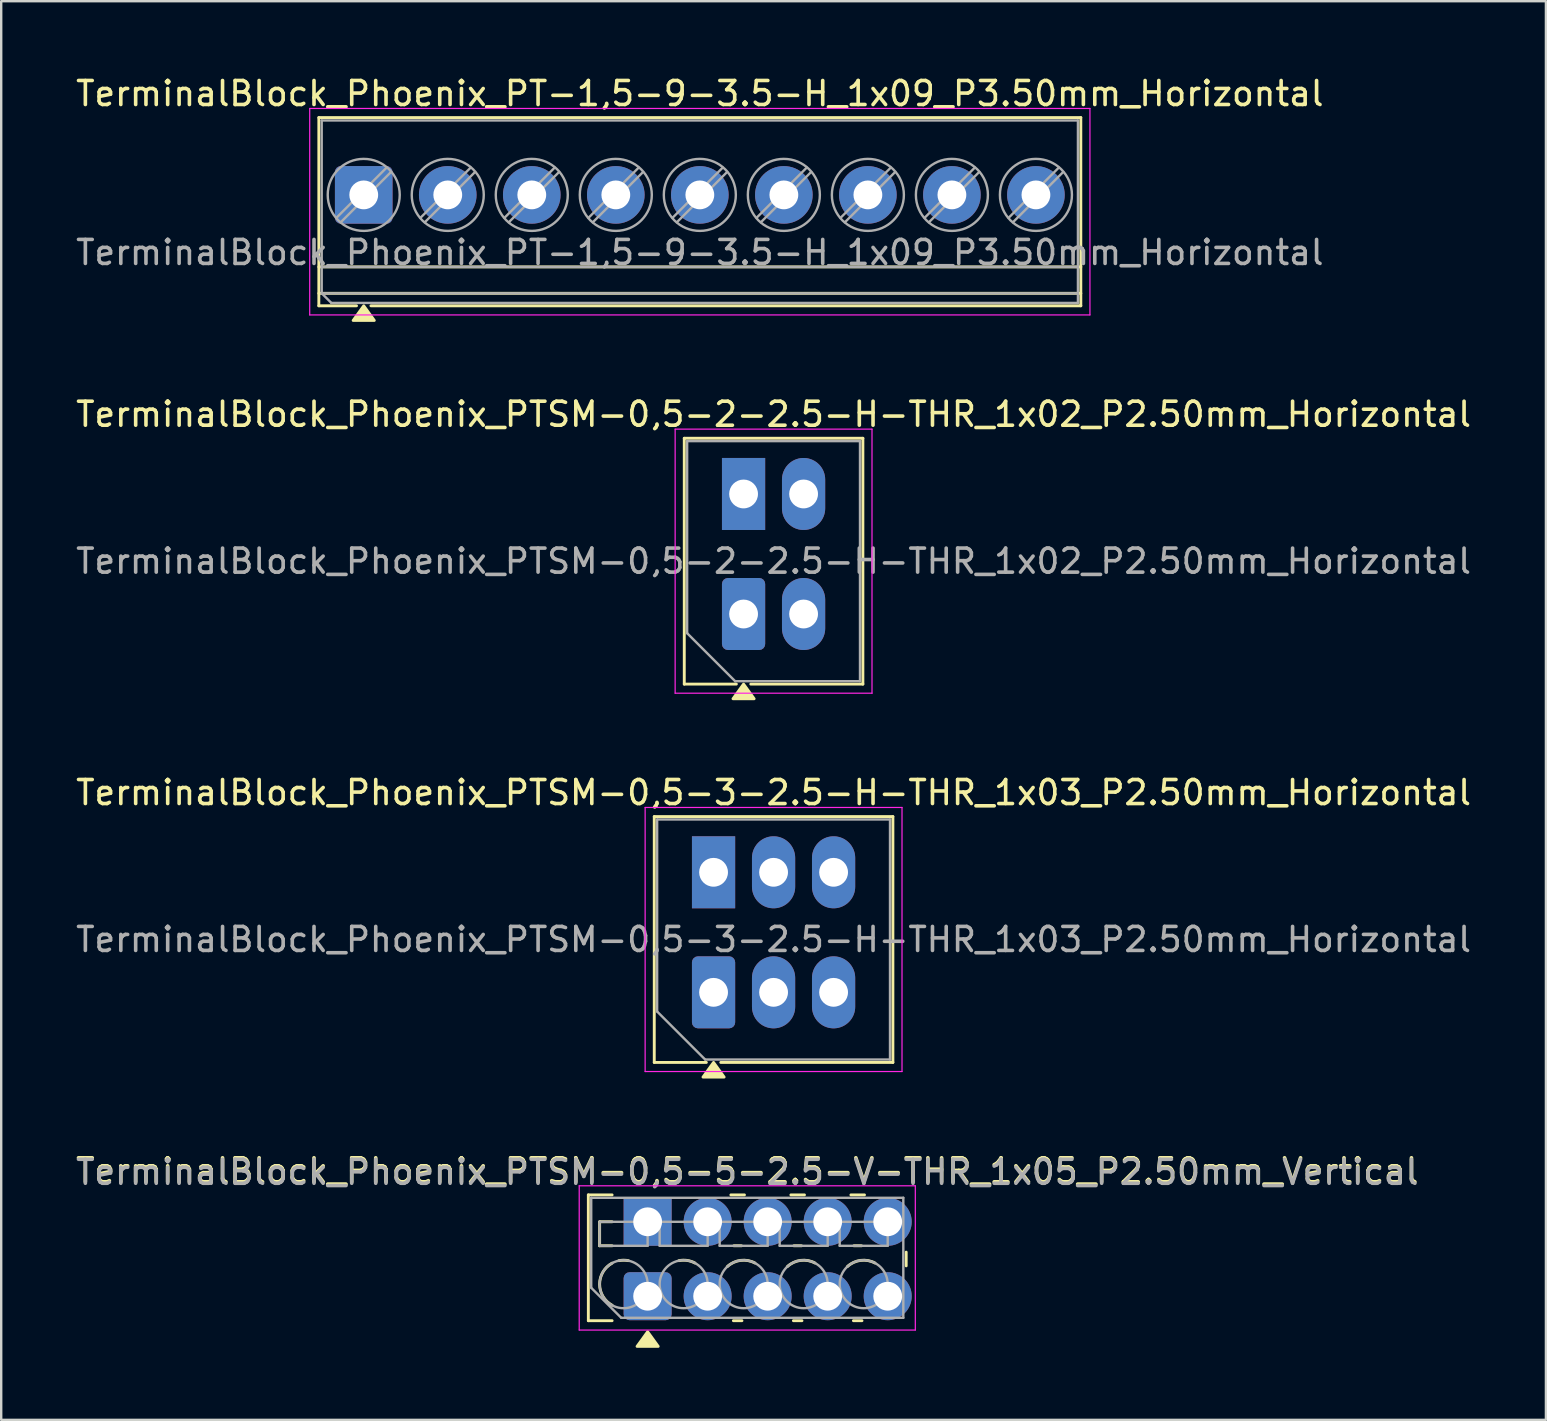
<source format=kicad_pcb>
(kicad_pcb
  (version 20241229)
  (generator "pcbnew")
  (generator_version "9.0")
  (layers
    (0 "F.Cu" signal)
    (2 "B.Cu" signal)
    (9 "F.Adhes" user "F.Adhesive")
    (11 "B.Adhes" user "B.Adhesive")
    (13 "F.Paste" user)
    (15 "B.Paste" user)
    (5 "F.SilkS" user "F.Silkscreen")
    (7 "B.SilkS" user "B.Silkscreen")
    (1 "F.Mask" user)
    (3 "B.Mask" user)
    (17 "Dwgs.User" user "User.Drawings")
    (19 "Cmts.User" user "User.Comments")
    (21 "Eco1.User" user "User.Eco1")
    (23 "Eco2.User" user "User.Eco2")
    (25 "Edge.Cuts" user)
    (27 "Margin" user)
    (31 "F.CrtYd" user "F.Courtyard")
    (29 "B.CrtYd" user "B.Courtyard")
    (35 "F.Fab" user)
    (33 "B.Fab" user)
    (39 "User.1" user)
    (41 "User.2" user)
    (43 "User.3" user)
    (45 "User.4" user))
  (footprint "TerminalBlock_Phoenix_PTSM-0,5-3-2.5-H-THR_1x03_P2.50mm_Horizontal"
    (layer "F.Cu")
    (at 26.673 38.285)
    (property "Reference" "TerminalBlock_Phoenix_PTSM-0,5-3-2.5-H-THR_1x03_P2.50mm_Horizontal" (at 2.5 -8.32 0) (layer "F.SilkS") (effects (font (size 1 1) (thickness 0.15))))
    (attr through_hole)
    (fp_line (start -2.47 -7.32) (end -2.47 2.92) (stroke (width 0.12) (type solid)) (layer "F.SilkS"))
    (fp_line (start -2.47 -7.32) (end 7.47 -7.32) (stroke (width 0.12) (type solid)) (layer "F.SilkS"))
    (fp_line (start -2.47 2.92) (end -0.3 2.92) (stroke (width 0.12) (type solid)) (layer "F.SilkS"))
    (fp_line (start 0.3 2.92) (end 7.47 2.92) (stroke (width 0.12) (type solid)) (layer "F.SilkS"))
    (fp_line (start 7.47 -7.32) (end 7.47 2.92) (stroke (width 0.12) (type solid)) (layer "F.SilkS"))
    (fp_poly (pts (xy 0 2.92) (xy 0.44 3.53) (xy -0.44 3.53)) (stroke (width 0.12) (type solid)) (fill yes) (layer "F.SilkS"))
    (fp_line (start -2.85 -7.7) (end -2.85 3.3) (stroke (width 0.05) (type solid)) (layer "F.CrtYd"))
    (fp_line (start -2.85 3.3) (end 7.85 3.3) (stroke (width 0.05) (type solid)) (layer "F.CrtYd"))
    (fp_line (start 7.85 -7.7) (end -2.85 -7.7) (stroke (width 0.05) (type solid)) (layer "F.CrtYd"))
    (fp_line (start 7.85 3.3) (end 7.85 -7.7) (stroke (width 0.05) (type solid)) (layer "F.CrtYd"))
    (fp_line (start -2.35 -7.2) (end 7.35 -7.2) (stroke (width 0.1) (type solid)) (layer "F.Fab"))
    (fp_line (start -2.35 0.8) (end -2.35 -7.2) (stroke (width 0.1) (type solid)) (layer "F.Fab"))
    (fp_line (start -0.35 2.8) (end -2.35 0.8) (stroke (width 0.1) (type solid)) (layer "F.Fab"))
    (fp_line (start 7.35 -7.2) (end 7.35 2.8) (stroke (width 0.1) (type solid)) (layer "F.Fab"))
    (fp_line (start 7.35 2.8) (end -0.35 2.8) (stroke (width 0.1) (type solid)) (layer "F.Fab"))
    (fp_text user "${REFERENCE}" (at 2.5 -2.2 0) (layer "F.Fab") (effects (font (size 1 1) (thickness 0.15))))
    (pad "1" thru_hole rect (at 0 -5) (size 1.8 3) (drill 1.2) (layers "*.Cu" "*.Mask"))
    (pad "1" thru_hole roundrect (at 0 0) (size 1.8 3) (drill 1.2) (layers "*.Cu" "*.Mask") (roundrect_rratio 0.139))
    (pad "2" thru_hole oval (at 2.5 -5) (size 1.8 3) (drill 1.2) (layers "*.Cu" "*.Mask"))
    (pad "2" thru_hole oval (at 2.5 0) (size 1.8 3) (drill 1.2) (layers "*.Cu" "*.Mask"))
    (pad "3" thru_hole oval (at 5 -5) (size 1.8 3) (drill 1.2) (layers "*.Cu" "*.Mask"))
    (pad "3" thru_hole oval (at 5 0) (size 1.8 3) (drill 1.2) (layers "*.Cu" "*.Mask")))
  (footprint "TerminalBlock_Phoenix_PTSM-0,5-5-2.5-V-THR_1x05_P2.50mm_Vertical"
    (layer "F.Cu")
    (at 23.927 50.943)
    (property "Reference" "TerminalBlock_Phoenix_PTSM-0,5-5-2.5-V-THR_1x05_P2.50mm_Vertical" (at 4.15 -5.22 0) (layer "F.SilkS") (effects (font (size 1 1) (thickness 0.15))))
    (attr through_hole)
    (fp_line (start -2.47 -4.22) (end -2.47 1.02) (stroke (width 0.12) (type solid)) (layer "F.SilkS"))
    (fp_line (start -2.47 -4.22) (end -1.48 -4.22) (stroke (width 0.12) (type solid)) (layer "F.SilkS"))
    (fp_line (start -2.47 1.02) (end -1.48 1.02) (stroke (width 0.12) (type solid)) (layer "F.SilkS"))
    (fp_line (start -2 -3.1) (end -2 -2.1) (stroke (width 0.12) (type solid)) (layer "F.SilkS"))
    (fp_line (start -2 -3.1) (end -1.48 -3.1) (stroke (width 0.12) (type solid)) (layer "F.SilkS"))
    (fp_line (start -2 -2.1) (end -1.48 -2.1) (stroke (width 0.12) (type solid)) (layer "F.SilkS"))
    (fp_line (start 3.467 -4.22) (end 4.033 -4.22) (stroke (width 0.12) (type solid)) (layer "F.SilkS"))
    (fp_line (start 3.572 1.02) (end 3.928 1.02) (stroke (width 0.12) (type solid)) (layer "F.SilkS"))
    (fp_line (start 3.591 -2.1) (end 3.909 -2.1) (stroke (width 0.12) (type solid)) (layer "F.SilkS"))
    (fp_line (start 5.967 -4.22) (end 6.533 -4.22) (stroke (width 0.12) (type solid)) (layer "F.SilkS"))
    (fp_line (start 6.072 1.02) (end 6.428 1.02) (stroke (width 0.12) (type solid)) (layer "F.SilkS"))
    (fp_line (start 6.091 -2.1) (end 6.409 -2.1) (stroke (width 0.12) (type solid)) (layer "F.SilkS"))
    (fp_line (start 8.467 -4.22) (end 9.033 -4.22) (stroke (width 0.12) (type solid)) (layer "F.SilkS"))
    (fp_line (start 8.572 1.02) (end 8.928 1.02) (stroke (width 0.12) (type solid)) (layer "F.SilkS"))
    (fp_line (start 8.591 -2.1) (end 8.909 -2.1) (stroke (width 0.12) (type solid)) (layer "F.SilkS"))
    (fp_line (start 10.77 -1.836) (end 10.77 -1.264) (stroke (width 0.12) (type solid)) (layer "F.SilkS"))
    (fp_arc (start -1.48 0.377) (mid -2 -0.5) (end -1.48 -1.377) (stroke (width 0.12) (type solid)) (layer "F.SilkS"))
    (fp_arc (start -1.199 -1.48) (mid -1 -1.5) (end -0.801 -1.48) (stroke (width 0.12) (type solid)) (layer "F.SilkS"))
    (fp_arc (start 1.301 -1.48) (mid 1.644617 -1.48991) (end 1.971 -1.382) (stroke (width 0.12) (type solid)) (layer "F.SilkS"))
    (fp_arc (start 3.319 -1.233) (mid 3.871134 -1.492017) (end 4.471 -1.382) (stroke (width 0.12) (type solid)) (layer "F.SilkS"))
    (fp_arc (start 5.819 -1.233) (mid 6.371134 -1.492017) (end 6.971 -1.382) (stroke (width 0.12) (type solid)) (layer "F.SilkS"))
    (fp_arc (start 8.319 -1.233) (mid 8.871134 -1.492017) (end 9.471 -1.382) (stroke (width 0.12) (type solid)) (layer "F.SilkS"))
    (fp_poly (pts (xy 0 1.48) (xy 0.44 2.09) (xy -0.44 2.09)) (stroke (width 0.12) (type solid)) (fill yes) (layer "F.SilkS"))
    (fp_line (start -2.85 -4.6) (end -2.85 1.41) (stroke (width 0.05) (type solid)) (layer "F.CrtYd"))
    (fp_line (start -2.85 1.41) (end 11.15 1.41) (stroke (width 0.05) (type solid)) (layer "F.CrtYd"))
    (fp_line (start 11.15 -4.6) (end -2.85 -4.6) (stroke (width 0.05) (type solid)) (layer "F.CrtYd"))
    (fp_line (start 11.15 1.41) (end 11.15 -4.6) (stroke (width 0.05) (type solid)) (layer "F.CrtYd"))
    (fp_line (start -2.35 -4.1) (end 10.65 -4.1) (stroke (width 0.1) (type solid)) (layer "F.Fab"))
    (fp_line (start -2.35 -0.35) (end -2.35 -4.1) (stroke (width 0.1) (type solid)) (layer "F.Fab"))
    (fp_line (start -2 -3.1) (end -2 -2.1) (stroke (width 0.1) (type solid)) (layer "F.Fab"))
    (fp_line (start -2 -2.1) (end 0 -2.1) (stroke (width 0.1) (type solid)) (layer "F.Fab"))
    (fp_line (start -1.1 0.9) (end -2.35 -0.35) (stroke (width 0.1) (type solid)) (layer "F.Fab"))
    (fp_line (start 0 -3.1) (end -2 -3.1) (stroke (width 0.1) (type solid)) (layer "F.Fab"))
    (fp_line (start 0 -2.1) (end 0 -3.1) (stroke (width 0.1) (type solid)) (layer "F.Fab"))
    (fp_line (start 0.5 -3.1) (end 0.5 -2.1) (stroke (width 0.1) (type solid)) (layer "F.Fab"))
    (fp_line (start 0.5 -2.1) (end 2.5 -2.1) (stroke (width 0.1) (type solid)) (layer "F.Fab"))
    (fp_line (start 2.5 -3.1) (end 0.5 -3.1) (stroke (width 0.1) (type solid)) (layer "F.Fab"))
    (fp_line (start 2.5 -2.1) (end 2.5 -3.1) (stroke (width 0.1) (type solid)) (layer "F.Fab"))
    (fp_line (start 3 -3.1) (end 3 -2.1) (stroke (width 0.1) (type solid)) (layer "F.Fab"))
    (fp_line (start 3 -2.1) (end 5 -2.1) (stroke (width 0.1) (type solid)) (layer "F.Fab"))
    (fp_line (start 5 -3.1) (end 3 -3.1) (stroke (width 0.1) (type solid)) (layer "F.Fab"))
    (fp_line (start 5 -2.1) (end 5 -3.1) (stroke (width 0.1) (type solid)) (layer "F.Fab"))
    (fp_line (start 5.5 -3.1) (end 5.5 -2.1) (stroke (width 0.1) (type solid)) (layer "F.Fab"))
    (fp_line (start 5.5 -2.1) (end 7.5 -2.1) (stroke (width 0.1) (type solid)) (layer "F.Fab"))
    (fp_line (start 7.5 -3.1) (end 5.5 -3.1) (stroke (width 0.1) (type solid)) (layer "F.Fab"))
    (fp_line (start 7.5 -2.1) (end 7.5 -3.1) (stroke (width 0.1) (type solid)) (layer "F.Fab"))
    (fp_line (start 8 -3.1) (end 8 -2.1) (stroke (width 0.1) (type solid)) (layer "F.Fab"))
    (fp_line (start 8 -2.1) (end 10 -2.1) (stroke (width 0.1) (type solid)) (layer "F.Fab"))
    (fp_line (start 10 -3.1) (end 8 -3.1) (stroke (width 0.1) (type solid)) (layer "F.Fab"))
    (fp_line (start 10 -2.1) (end 10 -3.1) (stroke (width 0.1) (type solid)) (layer "F.Fab"))
    (fp_line (start 10.65 -4.1) (end 10.65 0.9) (stroke (width 0.1) (type solid)) (layer "F.Fab"))
    (fp_line (start 10.65 0.9) (end -1.1 0.9) (stroke (width 0.1) (type solid)) (layer "F.Fab"))
    (fp_circle (center -1 -0.5) (end 0 -0.5) (stroke (width 0.1) (type solid)) (fill no) (layer "F.Fab"))
    (fp_circle (center 1.5 -0.5) (end 2.5 -0.5) (stroke (width 0.1) (type solid)) (fill no) (layer "F.Fab"))
    (fp_circle (center 4 -0.5) (end 5 -0.5) (stroke (width 0.1) (type solid)) (fill no) (layer "F.Fab"))
    (fp_circle (center 6.5 -0.5) (end 7.5 -0.5) (stroke (width 0.1) (type solid)) (fill no) (layer "F.Fab"))
    (fp_circle (center 9 -0.5) (end 10 -0.5) (stroke (width 0.1) (type solid)) (fill no) (layer "F.Fab"))
    (fp_text user "${REFERENCE}" (at 4.15 -5.16 0) (layer "F.Fab") (effects (font (size 1 1) (thickness 0.15))))
    (pad "1" thru_hole rect (at 0 -3.1) (size 2 2) (drill 1.2) (layers "*.Cu" "*.Mask"))
    (pad "1" thru_hole roundrect (at 0 0) (size 2 2) (drill 1.2) (layers "*.Cu" "*.Mask") (roundrect_rratio 0.125))
    (pad "2" thru_hole circle (at 2.5 -3.1) (size 2 2) (drill 1.2) (layers "*.Cu" "*.Mask"))
    (pad "2" thru_hole circle (at 2.5 0) (size 2 2) (drill 1.2) (layers "*.Cu" "*.Mask"))
    (pad "3" thru_hole circle (at 5 -3.1) (size 2 2) (drill 1.2) (layers "*.Cu" "*.Mask"))
    (pad "3" thru_hole circle (at 5 0) (size 2 2) (drill 1.2) (layers "*.Cu" "*.Mask"))
    (pad "4" thru_hole circle (at 7.5 -3.1) (size 2 2) (drill 1.2) (layers "*.Cu" "*.Mask"))
    (pad "4" thru_hole circle (at 7.5 0) (size 2 2) (drill 1.2) (layers "*.Cu" "*.Mask"))
    (pad "5" thru_hole circle (at 10 -3.1) (size 2 2) (drill 1.2) (layers "*.Cu" "*.Mask"))
    (pad "5" thru_hole circle (at 10 0) (size 2 2) (drill 1.2) (layers "*.Cu" "*.Mask")))
  (footprint "TerminalBlock_Phoenix_PTSM-0,5-2-2.5-H-THR_1x02_P2.50mm_Horizontal"
    (layer "F.Cu")
    (at 27.923 22.526)
    (property "Reference" "TerminalBlock_Phoenix_PTSM-0,5-2-2.5-H-THR_1x02_P2.50mm_Horizontal" (at 1.25 -8.32 0) (layer "F.SilkS") (effects (font (size 1 1) (thickness 0.15))))
    (attr through_hole)
    (fp_line (start -2.47 -7.32) (end -2.47 2.92) (stroke (width 0.12) (type solid)) (layer "F.SilkS"))
    (fp_line (start -2.47 -7.32) (end 4.97 -7.32) (stroke (width 0.12) (type solid)) (layer "F.SilkS"))
    (fp_line (start -2.47 2.92) (end -0.3 2.92) (stroke (width 0.12) (type solid)) (layer "F.SilkS"))
    (fp_line (start 0.3 2.92) (end 4.97 2.92) (stroke (width 0.12) (type solid)) (layer "F.SilkS"))
    (fp_line (start 4.97 -7.32) (end 4.97 2.92) (stroke (width 0.12) (type solid)) (layer "F.SilkS"))
    (fp_poly (pts (xy 0 2.92) (xy 0.44 3.53) (xy -0.44 3.53)) (stroke (width 0.12) (type solid)) (fill yes) (layer "F.SilkS"))
    (fp_line (start -2.85 -7.7) (end -2.85 3.3) (stroke (width 0.05) (type solid)) (layer "F.CrtYd"))
    (fp_line (start -2.85 3.3) (end 5.35 3.3) (stroke (width 0.05) (type solid)) (layer "F.CrtYd"))
    (fp_line (start 5.35 -7.7) (end -2.85 -7.7) (stroke (width 0.05) (type solid)) (layer "F.CrtYd"))
    (fp_line (start 5.35 3.3) (end 5.35 -7.7) (stroke (width 0.05) (type solid)) (layer "F.CrtYd"))
    (fp_line (start -2.35 -7.2) (end 4.85 -7.2) (stroke (width 0.1) (type solid)) (layer "F.Fab"))
    (fp_line (start -2.35 0.8) (end -2.35 -7.2) (stroke (width 0.1) (type solid)) (layer "F.Fab"))
    (fp_line (start -0.35 2.8) (end -2.35 0.8) (stroke (width 0.1) (type solid)) (layer "F.Fab"))
    (fp_line (start 4.85 -7.2) (end 4.85 2.8) (stroke (width 0.1) (type solid)) (layer "F.Fab"))
    (fp_line (start 4.85 2.8) (end -0.35 2.8) (stroke (width 0.1) (type solid)) (layer "F.Fab"))
    (fp_text user "${REFERENCE}" (at 1.25 -2.2 0) (layer "F.Fab") (effects (font (size 1 1) (thickness 0.15))))
    (pad "1" thru_hole rect (at 0 -5) (size 1.8 3) (drill 1.2) (layers "*.Cu" "*.Mask"))
    (pad "1" thru_hole roundrect (at 0 0) (size 1.8 3) (drill 1.2) (layers "*.Cu" "*.Mask") (roundrect_rratio 0.139))
    (pad "2" thru_hole oval (at 2.5 -5) (size 1.8 3) (drill 1.2) (layers "*.Cu" "*.Mask"))
    (pad "2" thru_hole oval (at 2.5 0) (size 1.8 3) (drill 1.2) (layers "*.Cu" "*.Mask")))
  (footprint "TerminalBlock_Phoenix_PT-1,5-9-3.5-H_1x09_P3.50mm_Horizontal"
    (layer "F.Cu")
    (at 12.101 5.068)
    (property "Reference" "TerminalBlock_Phoenix_PT-1,5-9-3.5-H_1x09_P3.50mm_Horizontal" (at 14 -4.22 0) (layer "F.SilkS") (effects (font (size 1 1) (thickness 0.15))))
    (attr through_hole)
    (fp_line (start -1.87 -3.22) (end -1.87 4.62) (stroke (width 0.12) (type solid)) (layer "F.SilkS"))
    (fp_line (start -1.87 -3.22) (end 29.87 -3.22) (stroke (width 0.12) (type solid)) (layer "F.SilkS"))
    (fp_line (start -1.87 3) (end 29.87 3) (stroke (width 0.12) (type solid)) (layer "F.SilkS"))
    (fp_line (start -1.87 4.1) (end 29.87 4.1) (stroke (width 0.12) (type solid)) (layer "F.SilkS"))
    (fp_line (start -1.87 4.62) (end -0.3 4.62) (stroke (width 0.12) (type solid)) (layer "F.SilkS"))
    (fp_line (start 0.3 4.62) (end 29.87 4.62) (stroke (width 0.12) (type solid)) (layer "F.SilkS"))
    (fp_line (start 29.87 -3.22) (end 29.87 4.62) (stroke (width 0.12) (type solid)) (layer "F.SilkS"))
    (fp_poly (pts (xy 0 4.62) (xy 0.44 5.23) (xy -0.44 5.23)) (stroke (width 0.12) (type solid)) (fill yes) (layer "F.SilkS"))
    (fp_line (start -2.25 -3.6) (end -2.25 5) (stroke (width 0.05) (type solid)) (layer "F.CrtYd"))
    (fp_line (start -2.25 5) (end 30.25 5) (stroke (width 0.05) (type solid)) (layer "F.CrtYd"))
    (fp_line (start 30.25 -3.6) (end -2.25 -3.6) (stroke (width 0.05) (type solid)) (layer "F.CrtYd"))
    (fp_line (start 30.25 5) (end 30.25 -3.6) (stroke (width 0.05) (type solid)) (layer "F.CrtYd"))
    (fp_line (start -1.75 -3.1) (end 29.75 -3.1) (stroke (width 0.1) (type solid)) (layer "F.Fab"))
    (fp_line (start -1.75 3) (end 29.75 3) (stroke (width 0.1) (type solid)) (layer "F.Fab"))
    (fp_line (start -1.75 4.1) (end -1.75 -3.1) (stroke (width 0.1) (type solid)) (layer "F.Fab"))
    (fp_line (start -1.75 4.1) (end 29.75 4.1) (stroke (width 0.1) (type solid)) (layer "F.Fab"))
    (fp_line (start -1.35 4.5) (end -1.75 4.1) (stroke (width 0.1) (type solid)) (layer "F.Fab"))
    (fp_line (start 0.955 -1.138) (end -1.138 0.955) (stroke (width 0.1) (type solid)) (layer "F.Fab"))
    (fp_line (start 1.138 -0.955) (end -0.955 1.138) (stroke (width 0.1) (type solid)) (layer "F.Fab"))
    (fp_line (start 4.455 -1.138) (end 2.362 0.955) (stroke (width 0.1) (type solid)) (layer "F.Fab"))
    (fp_line (start 4.638 -0.955) (end 2.545 1.138) (stroke (width 0.1) (type solid)) (layer "F.Fab"))
    (fp_line (start 7.955 -1.138) (end 5.862 0.955) (stroke (width 0.1) (type solid)) (layer "F.Fab"))
    (fp_line (start 8.138 -0.955) (end 6.045 1.138) (stroke (width 0.1) (type solid)) (layer "F.Fab"))
    (fp_line (start 11.455 -1.138) (end 9.362 0.955) (stroke (width 0.1) (type solid)) (layer "F.Fab"))
    (fp_line (start 11.638 -0.955) (end 9.545 1.138) (stroke (width 0.1) (type solid)) (layer "F.Fab"))
    (fp_line (start 14.955 -1.138) (end 12.862 0.955) (stroke (width 0.1) (type solid)) (layer "F.Fab"))
    (fp_line (start 15.138 -0.955) (end 13.045 1.138) (stroke (width 0.1) (type solid)) (layer "F.Fab"))
    (fp_line (start 18.455 -1.138) (end 16.362 0.955) (stroke (width 0.1) (type solid)) (layer "F.Fab"))
    (fp_line (start 18.638 -0.955) (end 16.545 1.138) (stroke (width 0.1) (type solid)) (layer "F.Fab"))
    (fp_line (start 21.955 -1.138) (end 19.862 0.955) (stroke (width 0.1) (type solid)) (layer "F.Fab"))
    (fp_line (start 22.138 -0.955) (end 20.045 1.138) (stroke (width 0.1) (type solid)) (layer "F.Fab"))
    (fp_line (start 25.455 -1.138) (end 23.362 0.955) (stroke (width 0.1) (type solid)) (layer "F.Fab"))
    (fp_line (start 25.638 -0.955) (end 23.545 1.138) (stroke (width 0.1) (type solid)) (layer "F.Fab"))
    (fp_line (start 28.955 -1.138) (end 26.862 0.955) (stroke (width 0.1) (type solid)) (layer "F.Fab"))
    (fp_line (start 29.138 -0.955) (end 27.045 1.138) (stroke (width 0.1) (type solid)) (layer "F.Fab"))
    (fp_line (start 29.75 -3.1) (end 29.75 4.5) (stroke (width 0.1) (type solid)) (layer "F.Fab"))
    (fp_line (start 29.75 4.5) (end -1.35 4.5) (stroke (width 0.1) (type solid)) (layer "F.Fab"))
    (fp_circle (center 0 0) (end 1.5 0) (stroke (width 0.1) (type solid)) (fill no) (layer "F.Fab"))
    (fp_circle (center 3.5 0) (end 5 0) (stroke (width 0.1) (type solid)) (fill no) (layer "F.Fab"))
    (fp_circle (center 7 0) (end 8.5 0) (stroke (width 0.1) (type solid)) (fill no) (layer "F.Fab"))
    (fp_circle (center 10.5 0) (end 12 0) (stroke (width 0.1) (type solid)) (fill no) (layer "F.Fab"))
    (fp_circle (center 14 0) (end 15.5 0) (stroke (width 0.1) (type solid)) (fill no) (layer "F.Fab"))
    (fp_circle (center 17.5 0) (end 19 0) (stroke (width 0.1) (type solid)) (fill no) (layer "F.Fab"))
    (fp_circle (center 21 0) (end 22.5 0) (stroke (width 0.1) (type solid)) (fill no) (layer "F.Fab"))
    (fp_circle (center 24.5 0) (end 26 0) (stroke (width 0.1) (type solid)) (fill no) (layer "F.Fab"))
    (fp_circle (center 28 0) (end 29.5 0) (stroke (width 0.1) (type solid)) (fill no) (layer "F.Fab"))
    (fp_text user "${REFERENCE}" (at 14 2.4 0) (layer "F.Fab") (effects (font (size 1 1) (thickness 0.15))))
    (pad "1" thru_hole roundrect (at 0 0) (size 2.4 2.4) (drill 1.2) (layers "*.Cu" "*.Mask") (roundrect_rratio 0.104))
    (pad "2" thru_hole circle (at 3.5 0) (size 2.4 2.4) (drill 1.2) (layers "*.Cu" "*.Mask"))
    (pad "3" thru_hole circle (at 7 0) (size 2.4 2.4) (drill 1.2) (layers "*.Cu" "*.Mask"))
    (pad "4" thru_hole circle (at 10.5 0) (size 2.4 2.4) (drill 1.2) (layers "*.Cu" "*.Mask"))
    (pad "5" thru_hole circle (at 14 0) (size 2.4 2.4) (drill 1.2) (layers "*.Cu" "*.Mask"))
    (pad "6" thru_hole circle (at 17.5 0) (size 2.4 2.4) (drill 1.2) (layers "*.Cu" "*.Mask"))
    (pad "7" thru_hole circle (at 21 0) (size 2.4 2.4) (drill 1.2) (layers "*.Cu" "*.Mask"))
    (pad "8" thru_hole circle (at 24.5 0) (size 2.4 2.4) (drill 1.2) (layers "*.Cu" "*.Mask"))
    (pad "9" thru_hole circle (at 28 0) (size 2.4 2.4) (drill 1.2) (layers "*.Cu" "*.Mask")))
  (gr_rect
    (start -3 -3)
    (end 61.345 56.093)
    (stroke (width 0.1) (type default))
    (fill no)
    (layer "Edge.Cuts")))
</source>
